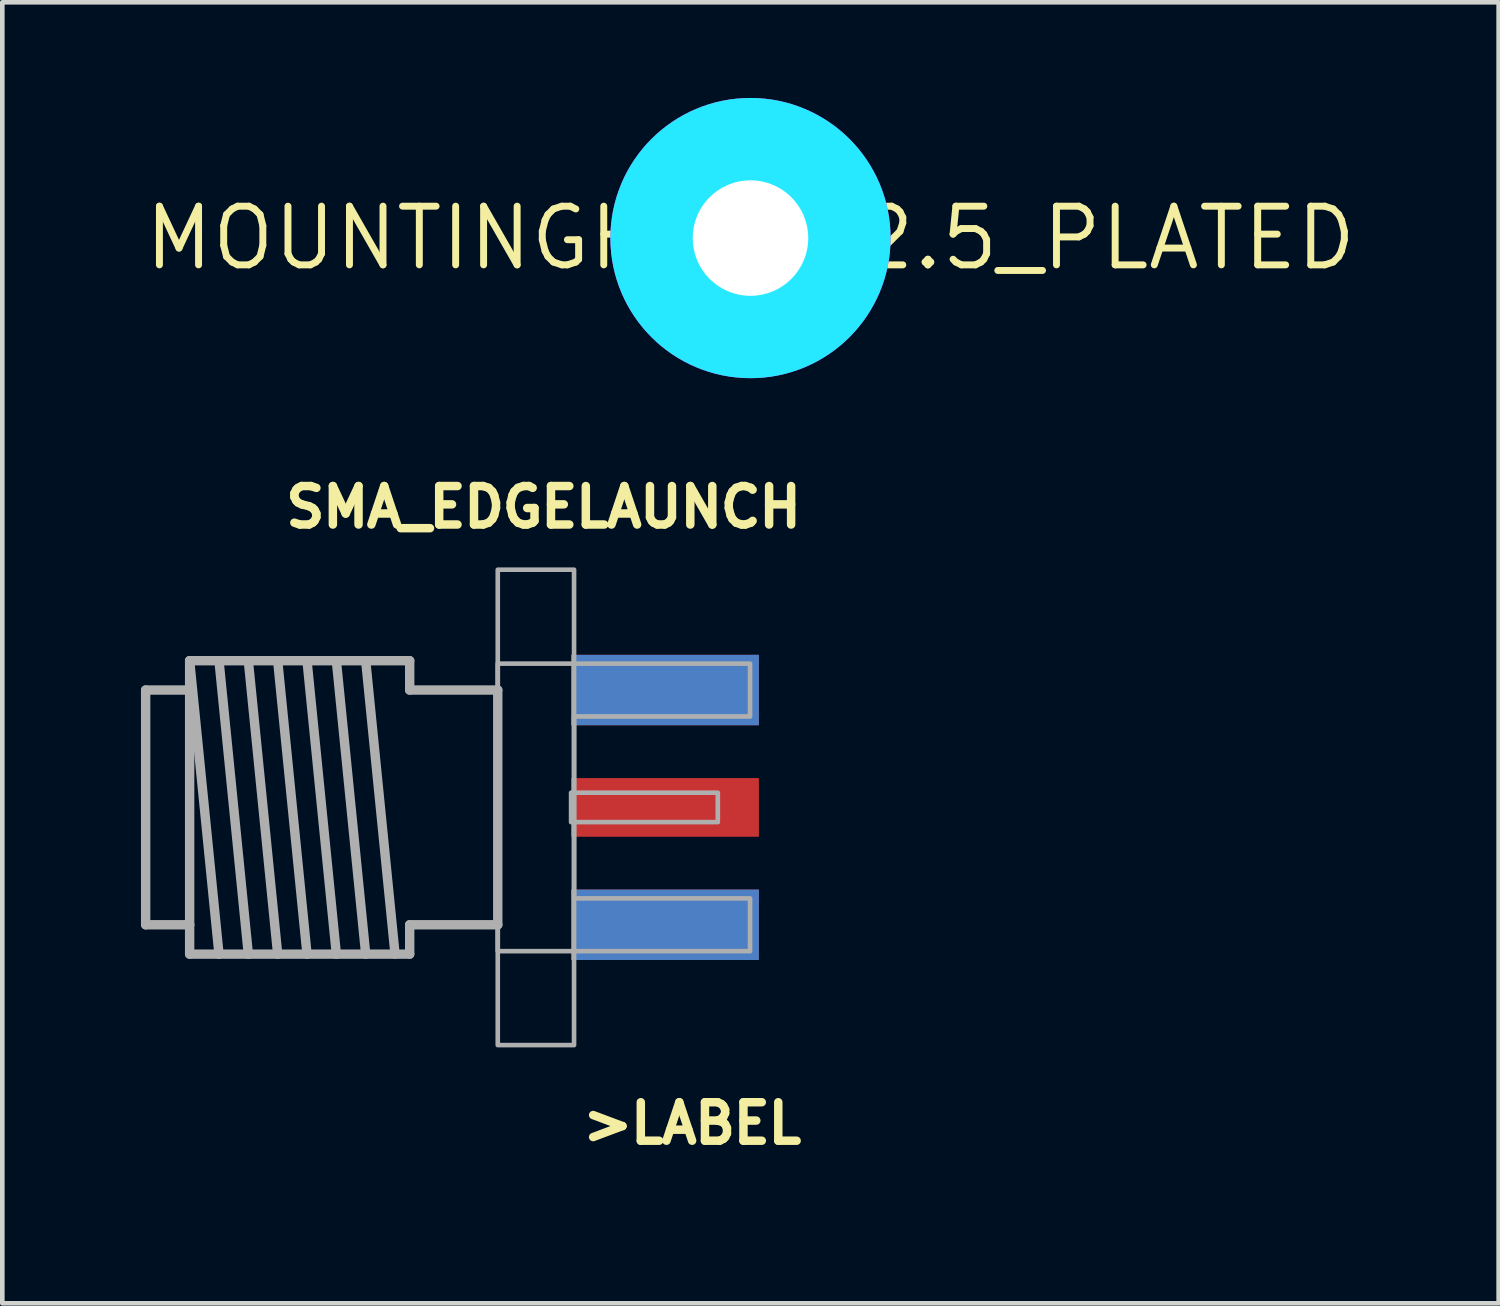
<source format=kicad_pcb>
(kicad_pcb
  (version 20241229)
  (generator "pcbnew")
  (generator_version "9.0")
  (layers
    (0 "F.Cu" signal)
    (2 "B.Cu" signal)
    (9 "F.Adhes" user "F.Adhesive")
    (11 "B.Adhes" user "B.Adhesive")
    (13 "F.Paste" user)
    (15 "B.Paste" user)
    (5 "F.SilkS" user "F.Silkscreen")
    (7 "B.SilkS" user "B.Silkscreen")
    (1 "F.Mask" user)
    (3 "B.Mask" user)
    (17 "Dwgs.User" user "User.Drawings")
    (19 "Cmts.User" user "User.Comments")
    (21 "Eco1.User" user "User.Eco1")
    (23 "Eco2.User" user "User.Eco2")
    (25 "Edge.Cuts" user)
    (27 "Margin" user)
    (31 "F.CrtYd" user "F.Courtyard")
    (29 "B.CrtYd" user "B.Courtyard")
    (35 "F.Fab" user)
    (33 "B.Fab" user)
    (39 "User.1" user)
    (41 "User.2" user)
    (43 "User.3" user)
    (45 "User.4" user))
  (footprint "SMA_EDGELAUNCH"
    (layer "F.Cu")
    (at 9.309 14.423)
    (property "Reference" "SMA_EDGELAUNCH" (at 5.08 -6.985 0) (layer "F.SilkS") (effects (font (size 0.833 0.833) (thickness 0.183)) (justify right top)))
    (fp_line (start -9.207 -2.54) (end -8.255 -2.54) (stroke (width 0.203) (type solid)) (layer "F.Fab"))
    (fp_line (start -9.207 2.54) (end -9.207 -2.54) (stroke (width 0.203) (type solid)) (layer "F.Fab"))
    (fp_line (start -8.255 -3.175) (end -7.62 -3.175) (stroke (width 0.203) (type solid)) (layer "F.Fab"))
    (fp_line (start -8.255 -3.175) (end -7.62 3.175) (stroke (width 0.203) (type solid)) (layer "F.Fab"))
    (fp_line (start -8.255 -2.54) (end -8.255 -3.175) (stroke (width 0.203) (type solid)) (layer "F.Fab"))
    (fp_line (start -8.255 -2.54) (end -8.255 2.54) (stroke (width 0.203) (type solid)) (layer "F.Fab"))
    (fp_line (start -8.255 2.54) (end -9.207 2.54) (stroke (width 0.203) (type solid)) (layer "F.Fab"))
    (fp_line (start -8.255 3.175) (end -8.255 2.54) (stroke (width 0.203) (type solid)) (layer "F.Fab"))
    (fp_line (start -7.62 -3.175) (end -6.985 -3.175) (stroke (width 0.203) (type solid)) (layer "F.Fab"))
    (fp_line (start -7.62 -3.175) (end -6.985 3.175) (stroke (width 0.203) (type solid)) (layer "F.Fab"))
    (fp_line (start -7.62 3.175) (end -8.255 3.175) (stroke (width 0.203) (type solid)) (layer "F.Fab"))
    (fp_line (start -6.985 -3.175) (end -6.35 -3.175) (stroke (width 0.203) (type solid)) (layer "F.Fab"))
    (fp_line (start -6.985 -3.175) (end -6.35 3.175) (stroke (width 0.203) (type solid)) (layer "F.Fab"))
    (fp_line (start -6.985 3.175) (end -7.62 3.175) (stroke (width 0.203) (type solid)) (layer "F.Fab"))
    (fp_line (start -6.35 -3.175) (end -5.715 -3.175) (stroke (width 0.203) (type solid)) (layer "F.Fab"))
    (fp_line (start -6.35 -3.175) (end -5.715 3.175) (stroke (width 0.203) (type solid)) (layer "F.Fab"))
    (fp_line (start -6.35 3.175) (end -6.985 3.175) (stroke (width 0.203) (type solid)) (layer "F.Fab"))
    (fp_line (start -5.715 -3.175) (end -5.08 -3.175) (stroke (width 0.203) (type solid)) (layer "F.Fab"))
    (fp_line (start -5.715 -3.175) (end -5.08 3.175) (stroke (width 0.203) (type solid)) (layer "F.Fab"))
    (fp_line (start -5.715 3.175) (end -6.35 3.175) (stroke (width 0.203) (type solid)) (layer "F.Fab"))
    (fp_line (start -5.08 -3.175) (end -4.445 -3.175) (stroke (width 0.203) (type solid)) (layer "F.Fab"))
    (fp_line (start -5.08 -3.175) (end -4.445 3.175) (stroke (width 0.203) (type solid)) (layer "F.Fab"))
    (fp_line (start -5.08 3.175) (end -5.715 3.175) (stroke (width 0.203) (type solid)) (layer "F.Fab"))
    (fp_line (start -4.445 -3.175) (end -3.81 3.175) (stroke (width 0.203) (type solid)) (layer "F.Fab"))
    (fp_line (start -4.445 -3.175) (end -3.493 -3.175) (stroke (width 0.203) (type solid)) (layer "F.Fab"))
    (fp_line (start -4.445 3.175) (end -5.08 3.175) (stroke (width 0.203) (type solid)) (layer "F.Fab"))
    (fp_line (start -3.493 -3.175) (end -3.493 -2.54) (stroke (width 0.203) (type solid)) (layer "F.Fab"))
    (fp_line (start -3.493 -2.54) (end -1.587 -2.54) (stroke (width 0.203) (type solid)) (layer "F.Fab"))
    (fp_line (start -3.493 2.54) (end -3.493 3.175) (stroke (width 0.203) (type solid)) (layer "F.Fab"))
    (fp_line (start -3.493 3.175) (end -4.445 3.175) (stroke (width 0.203) (type solid)) (layer "F.Fab"))
    (fp_line (start -1.587 -2.54) (end -1.587 2.54) (stroke (width 0.203) (type solid)) (layer "F.Fab"))
    (fp_line (start -1.587 2.54) (end -3.493 2.54) (stroke (width 0.203) (type solid)) (layer "F.Fab"))
    (fp_poly (pts (xy 0 0.318) (xy 3.175 0.318) (xy 3.175 -0.318) (xy 0 -0.318)) (stroke (width 0.1) (type default)) (fill no) (layer "F.Fab"))
    (fp_poly (pts (xy 0.064 5.144) (xy -1.587 5.144) (xy -1.587 -5.144) (xy 0.064 -5.144)) (stroke (width 0.1) (type default)) (fill no) (layer "F.Fab"))
    (fp_poly (pts (xy 3.873 -1.968) (xy 0.064 -1.968) (xy 0.064 1.968) (xy 3.873 1.968) (xy 3.873 3.111) (xy -1.587 3.111) (xy -1.587 -3.111) (xy 3.873 -3.111)) (stroke (width 0.1) (type default)) (fill no) (layer "F.Fab"))
    (fp_text user ">LABEL" (at 5.08 6.35 0) (layer "F.SilkS") (effects (font (size 0.833 0.833) (thickness 0.183)) (justify right top)))
    (pad "GND@1" smd rect (at 2.032 2.54 90) (size 1.524 4.064) (layers "F.Cu" "F.Mask"))
    (pad "GND@2" smd rect (at 2.032 -2.54 90) (size 1.524 4.064) (layers "F.Cu" "F.Mask"))
    (pad "GND@3" smd rect (at 2.032 -2.54 90) (size 1.524 4.064) (layers "B.Cu" "B.Mask"))
    (pad "GND@4" smd rect (at 2.032 2.54 90) (size 1.524 4.064) (layers "B.Cu" "B.Mask"))
    (pad "P" smd rect (at 2.032 0 90) (size 1.27 4.064) (layers "F.Cu" "F.Mask")))
  (footprint "MOUNTINGHOLE_2.5_PLATED"
    (layer "F.Cu")
    (at 13.191 2.102)
    (property "Reference" "MOUNTINGHOLE_2.5_PLATED" (at 0 0 0) (layer "F.SilkS") (effects (font (size 1.27 1.27) (thickness 0.15))))
    (fp_circle (center 0 0) (end 2 0) (stroke (width 0.203) (type solid)) (fill no) (layer "F.SilkS"))
    (fp_circle (center 0 0) (end 1 0) (stroke (width 2.032) (type solid)) (fill no) (layer "B.CrtYd"))
    (fp_circle (center 0 0) (end 1 0) (stroke (width 2.032) (type solid)) (fill no) (layer "F.CrtYd"))
    (pad "P$1" thru_hole circle (at 0 0) (size 3.2 3.2) (drill 2.5) (layers "*.Cu" "*.Mask"))
    (zone (net_name "") (layer "F.Cu") (hatch edge 0.508) (connect_pads) (min_thickness 0.254) (filled_areas_thickness no) (keepout (tracks not_allowed) (vias not_allowed) (pads not_allowed) (copperpour not_allowed) (footprints allowed)) (placement (enabled no)) (fill (island_removal_mode 2) (island_area_min 10)) (polygon (pts (xy 15.207 2.102) (xy 15.187 1.821) (xy 15.129 1.546) (xy 15.033 1.282) (xy 14.901 1.033) (xy 14.735 0.806) (xy 14.54 0.603) (xy 14.318 0.43) (xy 14.075 0.29) (xy 13.814 0.184) (xy 13.541 0.116) (xy 13.261 0.087) (xy 12.98 0.097) (xy 12.703 0.145) (xy 12.436 0.232) (xy 12.183 0.356) (xy 11.95 0.513) (xy 11.741 0.701) (xy 11.56 0.917) (xy 11.411 1.155) (xy 11.297 1.412) (xy 11.219 1.682) (xy 11.18 1.961) (xy 11.18 2.242) (xy 11.219 2.521) (xy 11.297 2.791) (xy 11.411 3.048) (xy 11.56 3.287) (xy 11.741 3.502) (xy 11.95 3.69) (xy 12.183 3.848) (xy 12.436 3.971) (xy 12.703 4.058) (xy 12.98 4.107) (xy 13.261 4.116) (xy 13.541 4.087) (xy 13.814 4.019) (xy 14.075 3.914) (xy 14.318 3.773) (xy 14.54 3.6) (xy 14.735 3.397) (xy 14.901 3.17) (xy 15.033 2.922) (xy 15.129 2.657) (xy 15.187 2.382))) (polygon (pts (xy 13.175 2.102) (xy 13.18 2.113) (xy 13.191 2.118) (xy 13.202 2.113) (xy 13.207 2.102) (xy 13.202 2.09) (xy 13.191 2.086) (xy 13.18 2.09))))
    (zone (net_name "") (layer "B.Cu") (hatch edge 0.508) (connect_pads) (min_thickness 0.254) (filled_areas_thickness no) (keepout (tracks not_allowed) (vias not_allowed) (pads not_allowed) (copperpour not_allowed) (footprints allowed)) (placement (enabled no)) (fill (island_removal_mode 2) (island_area_min 10)) (polygon (pts (xy 15.207 2.102) (xy 15.187 1.821) (xy 15.129 1.546) (xy 15.033 1.282) (xy 14.901 1.033) (xy 14.735 0.806) (xy 14.54 0.603) (xy 14.318 0.43) (xy 14.075 0.29) (xy 13.814 0.184) (xy 13.541 0.116) (xy 13.261 0.087) (xy 12.98 0.097) (xy 12.703 0.145) (xy 12.436 0.232) (xy 12.183 0.356) (xy 11.95 0.513) (xy 11.741 0.701) (xy 11.56 0.917) (xy 11.411 1.155) (xy 11.297 1.412) (xy 11.219 1.682) (xy 11.18 1.961) (xy 11.18 2.242) (xy 11.219 2.521) (xy 11.297 2.791) (xy 11.411 3.048) (xy 11.56 3.287) (xy 11.741 3.502) (xy 11.95 3.69) (xy 12.183 3.848) (xy 12.436 3.971) (xy 12.703 4.058) (xy 12.98 4.107) (xy 13.261 4.116) (xy 13.541 4.087) (xy 13.814 4.019) (xy 14.075 3.914) (xy 14.318 3.773) (xy 14.54 3.6) (xy 14.735 3.397) (xy 14.901 3.17) (xy 15.033 2.922) (xy 15.129 2.657) (xy 15.187 2.382))) (polygon (pts (xy 13.175 2.102) (xy 13.18 2.113) (xy 13.191 2.118) (xy 13.202 2.113) (xy 13.207 2.102) (xy 13.202 2.09) (xy 13.191 2.086) (xy 13.18 2.09)))))
  (gr_rect
    (start -3 -3)
    (end 29.382 25.155)
    (stroke (width 0.1) (type default))
    (fill no)
    (layer "Edge.Cuts")))
</source>
